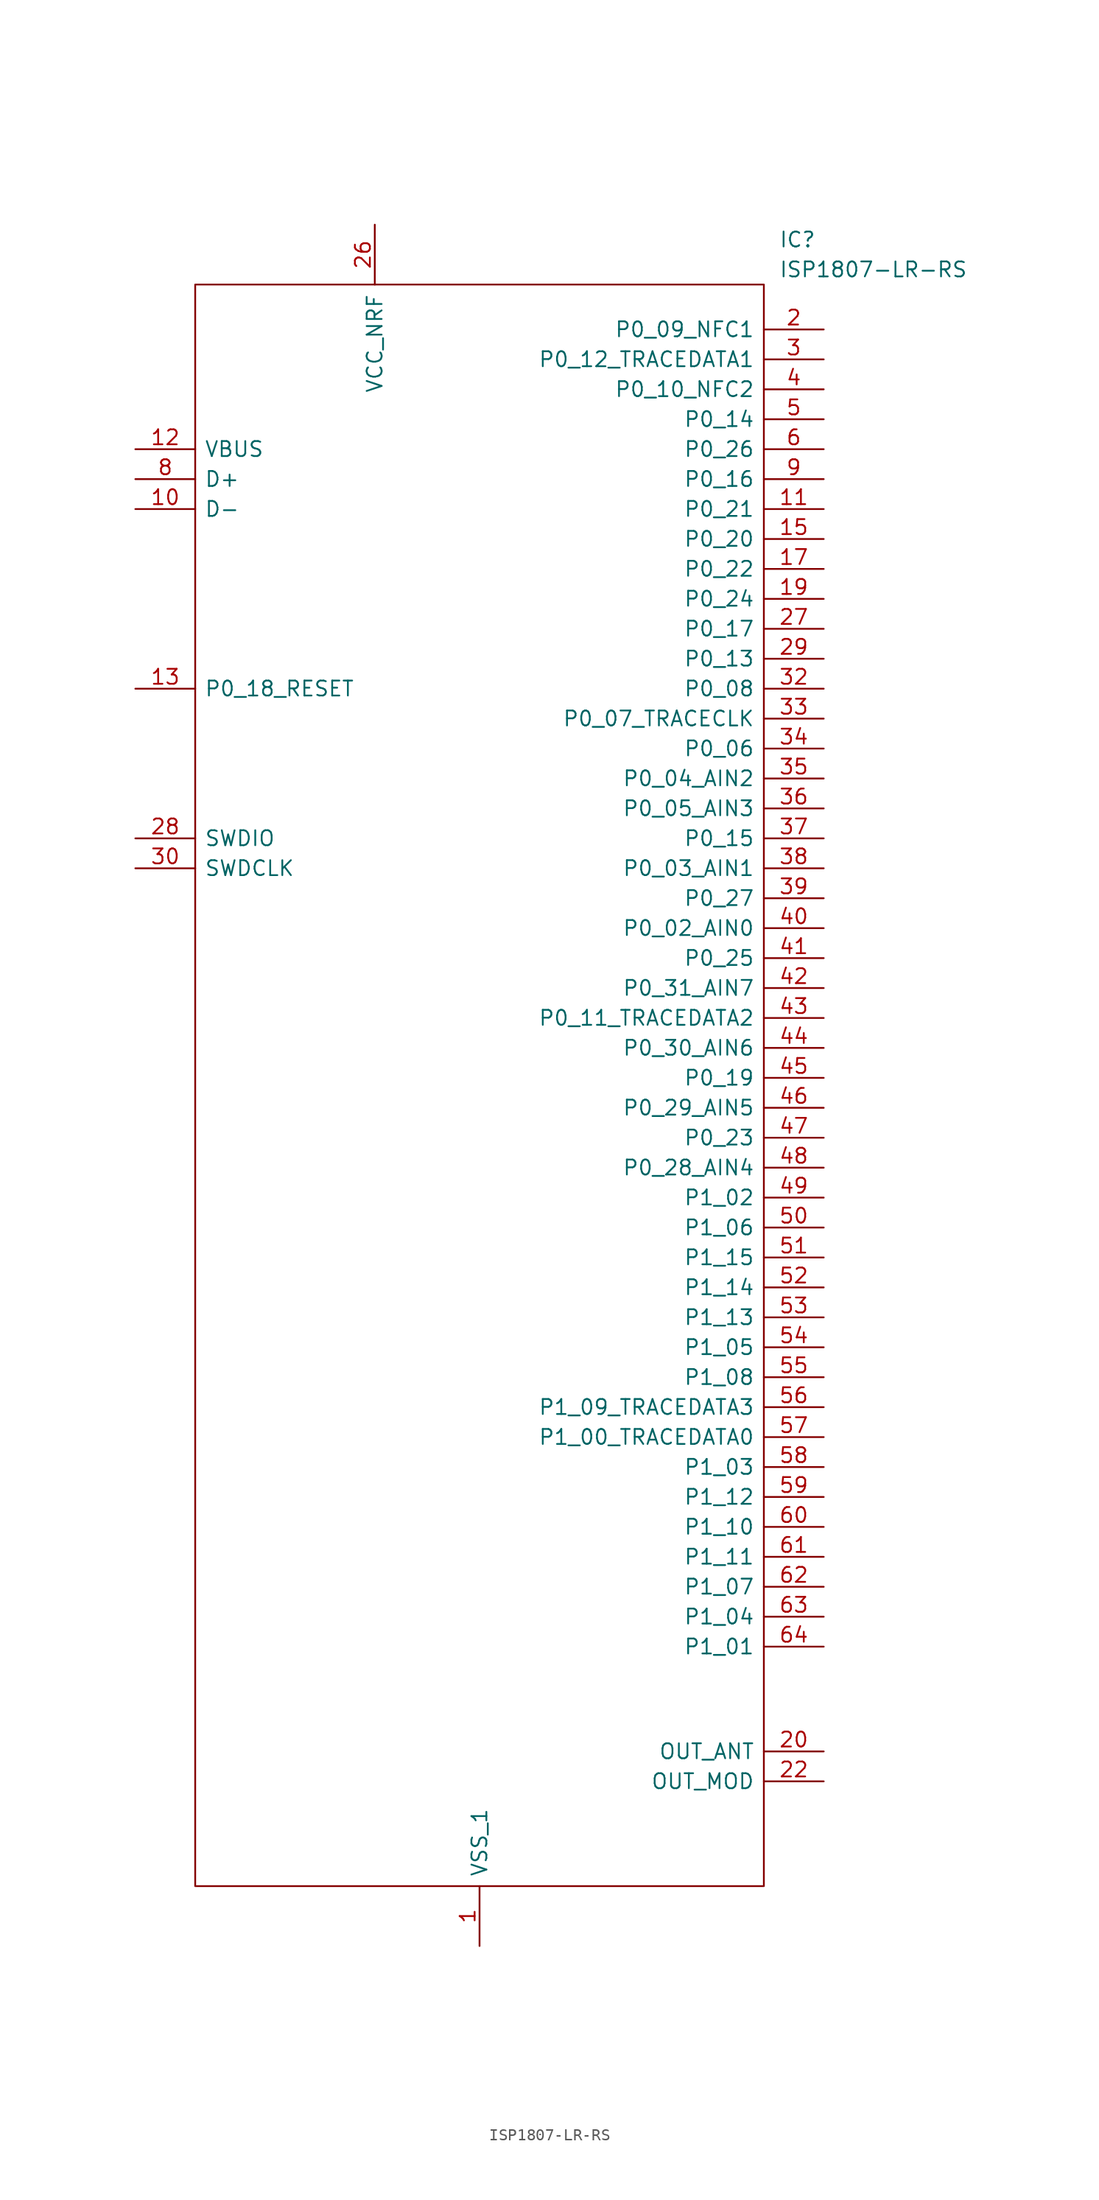
<source format=kicad_sym>
(kicad_symbol_lib
  (version 20220914)
  (generator kicad_symbol_editor)
  (symbol "ISP1807-LR-RS"
    (pin_names
      (offset 0.762))
    (property "Reference" "IC"
      (at 54.61 7.62 0)
      (effects (font (size 1.27 1.27)) (justify left)))
    (property "Value" "ISP1807-LR-RS"
      (at 54.61 5.08 0)
      (effects (font (size 1.27 1.27)) (justify left)))
    (symbol "ISP1807-LR-RS_0_0"
      (pin power_in line (at 29.21 -137.16 90) (length 5.08) (name "VSS_1" (effects (font (size 1.27 1.27)))) (number "1" (effects (font (size 1.27 1.27)))))
      (pin passive line (at 0 -15.24 0) (length 5.08) (name "D-" (effects (font (size 1.27 1.27)))) (number "10" (effects (font (size 1.27 1.27)))))
      (pin passive line (at 58.42 -15.24 180) (length 5.08) (name "P0_21" (effects (font (size 1.27 1.27)))) (number "11" (effects (font (size 1.27 1.27)))))
      (pin passive line (at 0 -10.16 0) (length 5.08) (name "VBUS" (effects (font (size 1.27 1.27)))) (number "12" (effects (font (size 1.27 1.27)))))
      (pin passive line (at 0 -30.48 0) (length 5.08) (name "P0_18_RESET" (effects (font (size 1.27 1.27)))) (number "13" (effects (font (size 1.27 1.27)))))
      (pin power_in line (at 29.21 -137.16 90) (length 5.08) hide (name "VSS_3" (effects (font (size 1.27 1.27)))) (number "14" (effects (font (size 1.27 1.27)))))
      (pin passive line (at 58.42 -17.78 180) (length 5.08) (name "P0_20" (effects (font (size 1.27 1.27)))) (number "15" (effects (font (size 1.27 1.27)))))
      (pin power_in line (at 29.21 -137.16 90) (length 5.08) hide (name "VSS_4" (effects (font (size 1.27 1.27)))) (number "16" (effects (font (size 1.27 1.27)))))
      (pin passive line (at 58.42 -20.32 180) (length 5.08) (name "P0_22" (effects (font (size 1.27 1.27)))) (number "17" (effects (font (size 1.27 1.27)))))
      (pin power_in line (at 29.21 -137.16 90) (length 5.08) hide (name "VSS_5" (effects (font (size 1.27 1.27)))) (number "18" (effects (font (size 1.27 1.27)))))
      (pin passive line (at 58.42 -22.86 180) (length 5.08) (name "P0_24" (effects (font (size 1.27 1.27)))) (number "19" (effects (font (size 1.27 1.27)))))
      (pin passive line (at 58.42 0 180) (length 5.08) (name "P0_09_NFC1" (effects (font (size 1.27 1.27)))) (number "2" (effects (font (size 1.27 1.27)))))
      (pin passive line (at 58.42 -120.65 180) (length 5.08) (name "OUT_ANT" (effects (font (size 1.27 1.27)))) (number "20" (effects (font (size 1.27 1.27)))))
      (pin power_in line (at 29.21 -137.16 90) (length 5.08) hide (name "VSS_6" (effects (font (size 1.27 1.27)))) (number "21" (effects (font (size 1.27 1.27)))))
      (pin passive line (at 58.42 -123.19 180) (length 5.08) (name "OUT_MOD" (effects (font (size 1.27 1.27)))) (number "22" (effects (font (size 1.27 1.27)))))
      (pin power_in line (at 29.21 -137.16 90) (length 5.08) hide (name "VSS_7" (effects (font (size 1.27 1.27)))) (number "23" (effects (font (size 1.27 1.27)))))
      (pin power_in line (at 29.21 -137.16 90) (length 5.08) hide (name "VSS_8" (effects (font (size 1.27 1.27)))) (number "24" (effects (font (size 1.27 1.27)))))
      (pin power_in line (at 29.21 -137.16 90) (length 5.08) hide (name "VSS_9" (effects (font (size 1.27 1.27)))) (number "25" (effects (font (size 1.27 1.27)))))
      (pin power_in line (at 20.32 8.89 270) (length 5.08) (name "VCC_NRF" (effects (font (size 1.27 1.27)))) (number "26" (effects (font (size 1.27 1.27)))))
      (pin passive line (at 58.42 -25.4 180) (length 5.08) (name "P0_17" (effects (font (size 1.27 1.27)))) (number "27" (effects (font (size 1.27 1.27)))))
      (pin passive line (at 0 -43.18 0) (length 5.08) (name "SWDIO" (effects (font (size 1.27 1.27)))) (number "28" (effects (font (size 1.27 1.27)))))
      (pin passive line (at 58.42 -27.94 180) (length 5.08) (name "P0_13" (effects (font (size 1.27 1.27)))) (number "29" (effects (font (size 1.27 1.27)))))
      (pin passive line (at 58.42 -2.54 180) (length 5.08) (name "P0_12_TRACEDATA1" (effects (font (size 1.27 1.27)))) (number "3" (effects (font (size 1.27 1.27)))))
      (pin passive line (at 0 -45.72 0) (length 5.08) (name "SWDCLK" (effects (font (size 1.27 1.27)))) (number "30" (effects (font (size 1.27 1.27)))))
      (pin power_in line (at 29.21 -137.16 90) (length 5.08) hide (name "VSS_10" (effects (font (size 1.27 1.27)))) (number "31" (effects (font (size 1.27 1.27)))))
      (pin passive line (at 58.42 -30.48 180) (length 5.08) (name "P0_08" (effects (font (size 1.27 1.27)))) (number "32" (effects (font (size 1.27 1.27)))))
      (pin passive line (at 58.42 -33.02 180) (length 5.08) (name "P0_07_TRACECLK" (effects (font (size 1.27 1.27)))) (number "33" (effects (font (size 1.27 1.27)))))
      (pin passive line (at 58.42 -35.56 180) (length 5.08) (name "P0_06" (effects (font (size 1.27 1.27)))) (number "34" (effects (font (size 1.27 1.27)))))
      (pin passive line (at 58.42 -38.1 180) (length 5.08) (name "P0_04_AIN2" (effects (font (size 1.27 1.27)))) (number "35" (effects (font (size 1.27 1.27)))))
      (pin passive line (at 58.42 -40.64 180) (length 5.08) (name "P0_05_AIN3" (effects (font (size 1.27 1.27)))) (number "36" (effects (font (size 1.27 1.27)))))
      (pin passive line (at 58.42 -43.18 180) (length 5.08) (name "P0_15" (effects (font (size 1.27 1.27)))) (number "37" (effects (font (size 1.27 1.27)))))
      (pin passive line (at 58.42 -45.72 180) (length 5.08) (name "P0_03_AIN1" (effects (font (size 1.27 1.27)))) (number "38" (effects (font (size 1.27 1.27)))))
      (pin passive line (at 58.42 -48.26 180) (length 5.08) (name "P0_27" (effects (font (size 1.27 1.27)))) (number "39" (effects (font (size 1.27 1.27)))))
      (pin passive line (at 58.42 -5.08 180) (length 5.08) (name "P0_10_NFC2" (effects (font (size 1.27 1.27)))) (number "4" (effects (font (size 1.27 1.27)))))
      (pin passive line (at 58.42 -50.8 180) (length 5.08) (name "P0_02_AIN0" (effects (font (size 1.27 1.27)))) (number "40" (effects (font (size 1.27 1.27)))))
      (pin passive line (at 58.42 -53.34 180) (length 5.08) (name "P0_25" (effects (font (size 1.27 1.27)))) (number "41" (effects (font (size 1.27 1.27)))))
      (pin passive line (at 58.42 -55.88 180) (length 5.08) (name "P0_31_AIN7" (effects (font (size 1.27 1.27)))) (number "42" (effects (font (size 1.27 1.27)))))
      (pin passive line (at 58.42 -58.42 180) (length 5.08) (name "P0_11_TRACEDATA2" (effects (font (size 1.27 1.27)))) (number "43" (effects (font (size 1.27 1.27)))))
      (pin passive line (at 58.42 -60.96 180) (length 5.08) (name "P0_30_AIN6" (effects (font (size 1.27 1.27)))) (number "44" (effects (font (size 1.27 1.27)))))
      (pin passive line (at 58.42 -63.5 180) (length 5.08) (name "P0_19" (effects (font (size 1.27 1.27)))) (number "45" (effects (font (size 1.27 1.27)))))
      (pin passive line (at 58.42 -66.04 180) (length 5.08) (name "P0_29_AIN5" (effects (font (size 1.27 1.27)))) (number "46" (effects (font (size 1.27 1.27)))))
      (pin passive line (at 58.42 -68.58 180) (length 5.08) (name "P0_23" (effects (font (size 1.27 1.27)))) (number "47" (effects (font (size 1.27 1.27)))))
      (pin passive line (at 58.42 -71.12 180) (length 5.08) (name "P0_28_AIN4" (effects (font (size 1.27 1.27)))) (number "48" (effects (font (size 1.27 1.27)))))
      (pin passive line (at 58.42 -73.66 180) (length 5.08) (name "P1_02" (effects (font (size 1.27 1.27)))) (number "49" (effects (font (size 1.27 1.27)))))
      (pin passive line (at 58.42 -7.62 180) (length 5.08) (name "P0_14" (effects (font (size 1.27 1.27)))) (number "5" (effects (font (size 1.27 1.27)))))
      (pin passive line (at 58.42 -76.2 180) (length 5.08) (name "P1_06" (effects (font (size 1.27 1.27)))) (number "50" (effects (font (size 1.27 1.27)))))
      (pin passive line (at 58.42 -78.74 180) (length 5.08) (name "P1_15" (effects (font (size 1.27 1.27)))) (number "51" (effects (font (size 1.27 1.27)))))
      (pin passive line (at 58.42 -81.28 180) (length 5.08) (name "P1_14" (effects (font (size 1.27 1.27)))) (number "52" (effects (font (size 1.27 1.27)))))
      (pin passive line (at 58.42 -83.82 180) (length 5.08) (name "P1_13" (effects (font (size 1.27 1.27)))) (number "53" (effects (font (size 1.27 1.27)))))
      (pin passive line (at 58.42 -86.36 180) (length 5.08) (name "P1_05" (effects (font (size 1.27 1.27)))) (number "54" (effects (font (size 1.27 1.27)))))
      (pin passive line (at 58.42 -88.9 180) (length 5.08) (name "P1_08" (effects (font (size 1.27 1.27)))) (number "55" (effects (font (size 1.27 1.27)))))
      (pin passive line (at 58.42 -91.44 180) (length 5.08) (name "P1_09_TRACEDATA3" (effects (font (size 1.27 1.27)))) (number "56" (effects (font (size 1.27 1.27)))))
      (pin passive line (at 58.42 -93.98 180) (length 5.08) (name "P1_00_TRACEDATA0" (effects (font (size 1.27 1.27)))) (number "57" (effects (font (size 1.27 1.27)))))
      (pin passive line (at 58.42 -96.52 180) (length 5.08) (name "P1_03" (effects (font (size 1.27 1.27)))) (number "58" (effects (font (size 1.27 1.27)))))
      (pin passive line (at 58.42 -99.06 180) (length 5.08) (name "P1_12" (effects (font (size 1.27 1.27)))) (number "59" (effects (font (size 1.27 1.27)))))
      (pin passive line (at 58.42 -10.16 180) (length 5.08) (name "P0_26" (effects (font (size 1.27 1.27)))) (number "6" (effects (font (size 1.27 1.27)))))
      (pin passive line (at 58.42 -101.6 180) (length 5.08) (name "P1_10" (effects (font (size 1.27 1.27)))) (number "60" (effects (font (size 1.27 1.27)))))
      (pin passive line (at 58.42 -104.14 180) (length 5.08) (name "P1_11" (effects (font (size 1.27 1.27)))) (number "61" (effects (font (size 1.27 1.27)))))
      (pin passive line (at 58.42 -106.68 180) (length 5.08) (name "P1_07" (effects (font (size 1.27 1.27)))) (number "62" (effects (font (size 1.27 1.27)))))
      (pin passive line (at 58.42 -109.22 180) (length 5.08) (name "P1_04" (effects (font (size 1.27 1.27)))) (number "63" (effects (font (size 1.27 1.27)))))
      (pin passive line (at 58.42 -111.76 180) (length 5.08) (name "P1_01" (effects (font (size 1.27 1.27)))) (number "64" (effects (font (size 1.27 1.27)))))
      (pin no_connect line (at 0 -69.85 0) (length 5.08) hide (name "NC_1" (effects (font (size 1.27 1.27)))) (number "65" (effects (font (size 1.27 1.27)))))
      (pin no_connect line (at 0 -72.39 0) (length 5.08) hide (name "NC_2" (effects (font (size 1.27 1.27)))) (number "66" (effects (font (size 1.27 1.27)))))
      (pin no_connect line (at 0 -74.93 0) (length 5.08) hide (name "NC_3" (effects (font (size 1.27 1.27)))) (number "67" (effects (font (size 1.27 1.27)))))
      (pin no_connect line (at 0 -77.47 0) (length 5.08) hide (name "NC_4" (effects (font (size 1.27 1.27)))) (number "68" (effects (font (size 1.27 1.27)))))
      (pin no_connect line (at 0 -80.01 0) (length 5.08) hide (name "NC_5" (effects (font (size 1.27 1.27)))) (number "69" (effects (font (size 1.27 1.27)))))
      (pin power_in line (at 29.21 -137.16 90) (length 5.08) hide (name "VSS_2" (effects (font (size 1.27 1.27)))) (number "7" (effects (font (size 1.27 1.27)))))
      (pin no_connect line (at 0 -82.55 0) (length 5.08) hide (name "NC_6" (effects (font (size 1.27 1.27)))) (number "70" (effects (font (size 1.27 1.27)))))
      (pin no_connect line (at 0 -85.09 0) (length 5.08) hide (name "NC_7" (effects (font (size 1.27 1.27)))) (number "71" (effects (font (size 1.27 1.27)))))
      (pin no_connect line (at 0 -87.63 0) (length 5.08) hide (name "NC_8" (effects (font (size 1.27 1.27)))) (number "72" (effects (font (size 1.27 1.27)))))
      (pin no_connect line (at 0 -90.17 0) (length 5.08) hide (name "NC_9" (effects (font (size 1.27 1.27)))) (number "73" (effects (font (size 1.27 1.27)))))
      (pin no_connect line (at 0 -92.71 0) (length 5.08) hide (name "NC_10" (effects (font (size 1.27 1.27)))) (number "74" (effects (font (size 1.27 1.27)))))
      (pin no_connect line (at 0 -95.25 0) (length 5.08) hide (name "NC_11" (effects (font (size 1.27 1.27)))) (number "75" (effects (font (size 1.27 1.27)))))
      (pin no_connect line (at 0 -97.79 0) (length 5.08) hide (name "NC_12" (effects (font (size 1.27 1.27)))) (number "76" (effects (font (size 1.27 1.27)))))
      (pin no_connect line (at 0 -100.33 0) (length 5.08) hide (name "NC_13" (effects (font (size 1.27 1.27)))) (number "77" (effects (font (size 1.27 1.27)))))
      (pin no_connect line (at 0 -102.87 0) (length 5.08) hide (name "NC_14" (effects (font (size 1.27 1.27)))) (number "78" (effects (font (size 1.27 1.27)))))
      (pin passive line (at 0 -12.7 0) (length 5.08) (name "D+" (effects (font (size 1.27 1.27)))) (number "8" (effects (font (size 1.27 1.27)))))
      (pin passive line (at 58.42 -12.7 180) (length 5.08) (name "P0_16" (effects (font (size 1.27 1.27)))) (number "9" (effects (font (size 1.27 1.27))))))
    (symbol "ISP1807-LR-RS_0_1"
      (rectangle (start 53.34 3.81) (end 5.08 -132.08) (stroke (width 0) (type solid)) (fill (type none))))))
</source>
